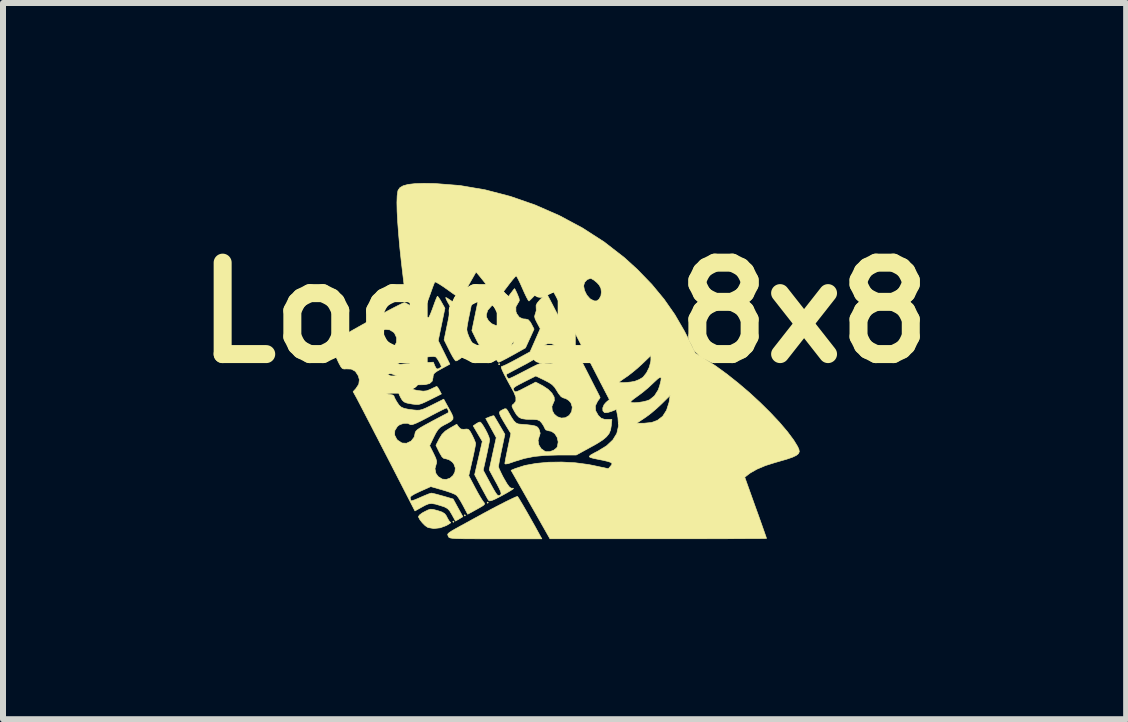
<source format=kicad_pcb>
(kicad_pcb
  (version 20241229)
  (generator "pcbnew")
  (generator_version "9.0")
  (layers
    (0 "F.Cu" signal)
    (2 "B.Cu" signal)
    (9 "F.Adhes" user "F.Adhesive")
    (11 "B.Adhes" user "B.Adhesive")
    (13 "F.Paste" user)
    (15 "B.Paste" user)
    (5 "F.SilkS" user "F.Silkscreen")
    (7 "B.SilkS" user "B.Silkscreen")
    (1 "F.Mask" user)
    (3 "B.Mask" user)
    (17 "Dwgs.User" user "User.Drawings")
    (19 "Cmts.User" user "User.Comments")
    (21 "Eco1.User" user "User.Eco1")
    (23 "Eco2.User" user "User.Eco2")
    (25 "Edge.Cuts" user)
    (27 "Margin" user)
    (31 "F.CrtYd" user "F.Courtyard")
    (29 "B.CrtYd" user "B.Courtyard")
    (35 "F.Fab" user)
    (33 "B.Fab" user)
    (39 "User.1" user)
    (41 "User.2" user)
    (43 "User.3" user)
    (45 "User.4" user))
  (footprint "Logo1 8x8"
    (layer "F.Cu")
    (at 6.357 2.161)
    (property "Reference" "Logo1 8x8" (at 0 0 0) (layer "F.SilkS") (effects (font (size 1.524 1.524) (thickness 0.3))))
    (attr through_hole)
    (fp_poly (pts (xy -1.841 3.482) (xy -1.852 3.493) (xy -1.863 3.482) (xy -1.852 3.471) (xy -1.841 3.482)) (stroke (width 0.01) (type solid)) (fill yes) (layer "F.SilkS"))
    (fp_poly (pts (xy -1.651 3.376) (xy -1.662 3.387) (xy -1.672 3.376) (xy -1.662 3.365) (xy -1.651 3.376)) (stroke (width 0.01) (type solid)) (fill yes) (layer "F.SilkS"))
    (fp_poly (pts (xy -1.27 3.164) (xy -1.281 3.175) (xy -1.291 3.164) (xy -1.281 3.154) (xy -1.27 3.164)) (stroke (width 0.01) (type solid)) (fill yes) (layer "F.SilkS"))
    (fp_poly (pts (xy -1.079 0.857) (xy -1.09 0.868) (xy -1.101 0.857) (xy -1.09 0.847) (xy -1.079 0.857)) (stroke (width 0.01) (type solid)) (fill yes) (layer "F.SilkS"))
    (fp_poly (pts (xy -2.187 3.278) (xy -2.123 3.295) (xy -2.111 3.298) (xy -2.04 3.322) (xy -1.997 3.349) (xy -1.968 3.387) (xy -1.956 3.413) (xy -1.928 3.463) (xy -1.903 3.491) (xy -1.896 3.493) (xy -1.9 3.503) (xy -1.933 3.525) (xy -1.968 3.545) (xy -2.071 3.584) (xy -2.178 3.596) (xy -2.272 3.58) (xy -2.277 3.578) (xy -2.321 3.549) (xy -2.369 3.501) (xy -2.41 3.449) (xy -2.433 3.405) (xy -2.434 3.396) (xy -2.417 3.371) (xy -2.372 3.337) (xy -2.332 3.315) (xy -2.273 3.286) (xy -2.231 3.274) (xy -2.187 3.278)) (stroke (width 0.01) (type solid)) (fill yes) (layer "F.SilkS"))
    (fp_poly (pts (xy -1.955 -0.243) (xy -1.909 -0.213) (xy -1.87 -0.186) (xy -1.814 -0.142) (xy -1.788 -0.108) (xy -1.784 -0.074) (xy -1.785 -0.064) (xy -1.794 -0.02) (xy -1.808 0.053) (xy -1.825 0.143) (xy -1.834 0.188) (xy -1.872 0.386) (xy -1.694 0.73) (xy -1.741 0.767) (xy -1.783 0.794) (xy -1.81 0.804) (xy -1.829 0.786) (xy -1.86 0.739) (xy -1.898 0.67) (xy -1.919 0.628) (xy -2.007 0.452) (xy -1.951 0.183) (xy -1.895 -0.087) (xy -1.943 -0.17) (xy -1.969 -0.22) (xy -1.98 -0.25) (xy -1.978 -0.254) (xy -1.955 -0.243)) (stroke (width 0.01) (type solid)) (fill yes) (layer "F.SilkS"))
    (fp_poly (pts (xy -1.537 -0.259) (xy -1.537 -0.232) (xy -1.546 -0.173) (xy -1.56 -0.092) (xy -1.577 -0.009) (xy -1.598 0.091) (xy -1.615 0.181) (xy -1.626 0.25) (xy -1.629 0.282) (xy -1.619 0.331) (xy -1.593 0.4) (xy -1.556 0.475) (xy -1.519 0.542) (xy -1.493 0.593) (xy -1.482 0.62) (xy -1.482 0.621) (xy -1.498 0.638) (xy -1.539 0.664) (xy -1.545 0.667) (xy -1.608 0.699) (xy -1.693 0.53) (xy -1.778 0.361) (xy -1.733 0.154) (xy -1.703 0.036) (xy -1.669 -0.071) (xy -1.634 -0.16) (xy -1.599 -0.225) (xy -1.568 -0.263) (xy -1.544 -0.266) (xy -1.537 -0.259)) (stroke (width 0.01) (type solid)) (fill yes) (layer "F.SilkS"))
    (fp_poly (pts (xy -0.783 3.062) (xy -0.764 3.089) (xy -0.729 3.147) (xy -0.68 3.23) (xy -0.621 3.332) (xy -0.556 3.447) (xy -0.487 3.569) (xy -0.468 3.604) (xy -0.378 3.768) (xy -1.151 3.768) (xy -1.352 3.768) (xy -1.515 3.767) (xy -1.643 3.767) (xy -1.742 3.765) (xy -1.815 3.763) (xy -1.866 3.759) (xy -1.9 3.754) (xy -1.92 3.747) (xy -1.93 3.739) (xy -1.936 3.728) (xy -1.938 3.723) (xy -1.943 3.71) (xy -1.947 3.699) (xy -1.945 3.688) (xy -1.935 3.675) (xy -1.913 3.658) (xy -1.875 3.633) (xy -1.817 3.6) (xy -1.736 3.555) (xy -1.628 3.496) (xy -1.49 3.42) (xy -1.347 3.342) (xy -1.208 3.267) (xy -1.081 3.201) (xy -0.97 3.144) (xy -0.881 3.101) (xy -0.818 3.072) (xy -0.786 3.061) (xy -0.783 3.062)) (stroke (width 0.01) (type solid)) (fill yes) (layer "F.SilkS"))
    (fp_poly (pts (xy -1.442 -0.443) (xy -1.413 -0.42) (xy -1.37 -0.373) (xy -1.313 -0.305) (xy -1.253 -0.23) (xy -1.216 -0.181) (xy -1.2 -0.151) (xy -1.2 -0.131) (xy -1.215 -0.114) (xy -1.222 -0.108) (xy -1.28 -0.042) (xy -1.303 0.032) (xy -1.3 0.074) (xy -1.268 0.133) (xy -1.214 0.183) (xy -1.153 0.21) (xy -1.135 0.212) (xy -1.101 0.224) (xy -1.065 0.266) (xy -1.027 0.332) (xy -0.993 0.396) (xy -0.967 0.445) (xy -0.957 0.467) (xy -0.971 0.483) (xy -1.011 0.511) (xy -1.066 0.545) (xy -1.125 0.578) (xy -1.175 0.603) (xy -1.207 0.614) (xy -1.208 0.614) (xy -1.232 0.599) (xy -1.25 0.58) (xy -1.292 0.557) (xy -1.343 0.559) (xy -1.378 0.564) (xy -1.404 0.555) (xy -1.428 0.527) (xy -1.458 0.472) (xy -1.477 0.435) (xy -1.544 0.298) (xy -1.43 -0.25) (xy -1.471 -0.326) (xy -1.496 -0.376) (xy -1.499 -0.407) (xy -1.483 -0.431) (xy -1.48 -0.435) (xy -1.462 -0.447) (xy -1.442 -0.443)) (stroke (width 0.01) (type solid)) (fill yes) (layer "F.SilkS"))
    (fp_poly (pts (xy -0.822 -0.385) (xy -0.8 -0.34) (xy -0.784 -0.304) (xy -0.759 -0.242) (xy -0.753 -0.205) (xy -0.764 -0.178) (xy -0.77 -0.171) (xy -0.811 -0.098) (xy -0.81 -0.019) (xy -0.796 0.018) (xy -0.753 0.076) (xy -0.694 0.102) (xy -0.644 0.106) (xy -0.603 0.118) (xy -0.567 0.16) (xy -0.551 0.19) (xy -0.508 0.273) (xy -0.579 0.429) (xy -0.651 0.586) (xy -0.865 0.706) (xy -0.951 0.753) (xy -1.024 0.791) (xy -1.076 0.817) (xy -1.097 0.826) (xy -1.118 0.808) (xy -1.14 0.772) (xy -1.158 0.73) (xy -1.164 0.71) (xy -1.147 0.697) (xy -1.101 0.669) (xy -1.035 0.632) (xy -1.005 0.615) (xy -0.933 0.573) (xy -0.878 0.535) (xy -0.849 0.509) (xy -0.847 0.503) (xy -0.856 0.474) (xy -0.881 0.417) (xy -0.916 0.345) (xy -0.93 0.318) (xy -0.97 0.239) (xy -0.991 0.187) (xy -0.997 0.154) (xy -0.99 0.129) (xy -0.983 0.118) (xy -0.955 0.048) (xy -0.968 -0.026) (xy -0.996 -0.071) (xy -1.04 -0.127) (xy -0.939 -0.265) (xy -0.892 -0.328) (xy -0.855 -0.377) (xy -0.835 -0.401) (xy -0.833 -0.402) (xy -0.822 -0.385)) (stroke (width 0.01) (type solid)) (fill yes) (layer "F.SilkS"))
    (fp_poly (pts (xy -1.177 1.717) (xy -1.164 1.738) (xy -1.135 1.786) (xy -1.096 1.852) (xy -1.082 1.876) (xy -0.994 2.026) (xy -1.047 2.278) (xy -1.068 2.378) (xy -1.085 2.466) (xy -1.096 2.531) (xy -1.101 2.564) (xy -1.091 2.597) (xy -1.064 2.656) (xy -1.027 2.731) (xy -1.008 2.765) (xy -0.959 2.849) (xy -0.923 2.899) (xy -0.894 2.922) (xy -0.876 2.925) (xy -0.851 2.924) (xy -0.858 2.937) (xy -0.898 2.964) (xy -0.973 3.008) (xy -1.061 3.056) (xy -1.15 3.102) (xy -1.21 3.128) (xy -1.246 3.136) (xy -1.264 3.128) (xy -1.283 3.099) (xy -1.315 3.041) (xy -1.357 2.964) (xy -1.392 2.9) (xy -1.498 2.699) (xy -1.434 2.422) (xy -1.37 2.144) (xy -1.446 2.015) (xy -1.522 1.885) (xy -1.476 1.853) (xy -1.434 1.828) (xy -1.408 1.821) (xy -1.387 1.838) (xy -1.355 1.884) (xy -1.319 1.945) (xy -1.285 2.011) (xy -1.26 2.07) (xy -1.249 2.111) (xy -1.249 2.112) (xy -1.253 2.149) (xy -1.266 2.216) (xy -1.284 2.305) (xy -1.302 2.389) (xy -1.355 2.624) (xy -1.236 2.845) (xy -1.184 2.939) (xy -1.148 3) (xy -1.122 3.035) (xy -1.102 3.048) (xy -1.084 3.045) (xy -1.077 3.042) (xy -1.062 3.029) (xy -1.057 3.01) (xy -1.065 2.978) (xy -1.089 2.926) (xy -1.13 2.847) (xy -1.147 2.817) (xy -1.255 2.617) (xy -1.197 2.349) (xy -1.138 2.081) (xy -1.226 1.921) (xy -1.313 1.762) (xy -1.249 1.736) (xy -1.203 1.72) (xy -1.178 1.716) (xy -1.177 1.717)) (stroke (width 0.01) (type solid)) (fill yes) (layer "F.SilkS"))
    (fp_poly (pts (xy -0.276 -0.277) (xy -0.245 -0.219) (xy -0.2 -0.133) (xy -0.144 -0.024) (xy -0.078 0.103) (xy -0.005 0.245) (xy 0.073 0.395) (xy 0.153 0.55) (xy 0.233 0.706) (xy 0.31 0.856) (xy 0.383 0.998) (xy 0.448 1.126) (xy 0.504 1.236) (xy 0.549 1.323) (xy 0.579 1.383) (xy 0.592 1.41) (xy 0.593 1.412) (xy 0.581 1.434) (xy 0.552 1.473) (xy 0.55 1.476) (xy 0.513 1.553) (xy 0.518 1.633) (xy 0.563 1.713) (xy 0.611 1.758) (xy 0.665 1.776) (xy 0.703 1.778) (xy 0.789 1.778) (xy 0.779 1.881) (xy 0.767 1.953) (xy 0.742 2.013) (xy 0.699 2.067) (xy 0.633 2.122) (xy 0.537 2.183) (xy 0.438 2.238) (xy 0.195 2.371) (xy -0.104 2.371) (xy -0.32 2.377) (xy -0.506 2.395) (xy -0.674 2.429) (xy -0.836 2.479) (xy -0.861 2.488) (xy -0.941 2.515) (xy -0.985 2.521) (xy -0.995 2.513) (xy -0.99 2.483) (xy -0.979 2.421) (xy -0.962 2.336) (xy -0.944 2.25) (xy -0.894 2.013) (xy -0.966 1.895) (xy -1.024 1.798) (xy -1.062 1.731) (xy -1.081 1.687) (xy -1.085 1.659) (xy -1.073 1.64) (xy -1.048 1.625) (xy -1.037 1.619) (xy -0.993 1.599) (xy -0.968 1.604) (xy -0.944 1.639) (xy -0.936 1.653) (xy -0.884 1.743) (xy -0.844 1.802) (xy -0.809 1.836) (xy -0.772 1.853) (xy -0.74 1.857) (xy -0.624 1.866) (xy -0.542 1.876) (xy -0.489 1.887) (xy -0.455 1.903) (xy -0.435 1.925) (xy -0.422 1.951) (xy -0.406 2.007) (xy -0.416 2.049) (xy -0.42 2.055) (xy -0.441 2.126) (xy -0.43 2.2) (xy -0.39 2.266) (xy -0.327 2.309) (xy -0.307 2.316) (xy -0.247 2.315) (xy -0.182 2.292) (xy -0.133 2.254) (xy -0.119 2.232) (xy -0.106 2.153) (xy -0.123 2.077) (xy -0.163 2.014) (xy -0.222 1.975) (xy -0.262 1.968) (xy -0.311 1.953) (xy -0.328 1.928) (xy -0.35 1.882) (xy -0.383 1.833) (xy -0.416 1.799) (xy -0.457 1.783) (xy -0.521 1.778) (xy -0.539 1.778) (xy -0.641 1.775) (xy -0.712 1.765) (xy -0.761 1.741) (xy -0.799 1.701) (xy -0.831 1.65) (xy -0.863 1.59) (xy -0.876 1.556) (xy -0.87 1.537) (xy -0.848 1.52) (xy -0.847 1.519) (xy -0.811 1.475) (xy -0.811 1.409) (xy -0.846 1.32) (xy -0.854 1.306) (xy -0.874 1.27) (xy -0.853 1.27) (xy -0.847 1.291) (xy -0.846 1.292) (xy -0.834 1.311) (xy -0.817 1.318) (xy -0.787 1.311) (xy -0.737 1.289) (xy -0.658 1.248) (xy -0.652 1.245) (xy -0.481 1.156) (xy -0.362 1.218) (xy -0.274 1.276) (xy -0.21 1.341) (xy -0.173 1.406) (xy -0.17 1.465) (xy -0.181 1.49) (xy -0.211 1.561) (xy -0.205 1.629) (xy -0.172 1.689) (xy -0.12 1.733) (xy -0.056 1.755) (xy 0.013 1.75) (xy 0.078 1.711) (xy 0.119 1.647) (xy 0.129 1.572) (xy 0.106 1.501) (xy 0.071 1.462) (xy 0.021 1.431) (xy -0.022 1.418) (xy -0.022 1.418) (xy -0.057 1.399) (xy -0.1 1.346) (xy -0.124 1.306) (xy -0.164 1.243) (xy -0.207 1.198) (xy -0.265 1.16) (xy -0.334 1.124) (xy -0.479 1.054) (xy -0.674 1.152) (xy -0.761 1.197) (xy -0.816 1.228) (xy -0.845 1.251) (xy -0.853 1.27) (xy -0.874 1.27) (xy -0.936 1.158) (xy -0.997 1.042) (xy -1.005 1.027) (xy -0.969 1.027) (xy -0.969 1.048) (xy -0.953 1.08) (xy -0.933 1.1) (xy -0.929 1.101) (xy -0.905 1.091) (xy -0.85 1.066) (xy -0.773 1.027) (xy -0.68 0.979) (xy -0.647 0.962) (xy -0.541 0.907) (xy -0.464 0.869) (xy -0.41 0.847) (xy -0.37 0.837) (xy -0.338 0.837) (xy -0.311 0.843) (xy -0.227 0.849) (xy -0.156 0.825) (xy -0.106 0.777) (xy -0.08 0.714) (xy -0.083 0.644) (xy -0.12 0.576) (xy -0.14 0.556) (xy -0.209 0.518) (xy -0.28 0.515) (xy -0.346 0.544) (xy -0.397 0.598) (xy -0.422 0.674) (xy -0.423 0.698) (xy -0.435 0.721) (xy -0.471 0.752) (xy -0.536 0.793) (xy -0.634 0.849) (xy -0.693 0.88) (xy -0.79 0.931) (xy -0.871 0.974) (xy -0.932 1.007) (xy -0.965 1.024) (xy -0.969 1.027) (xy -1.005 1.027) (xy -1.037 0.96) (xy -1.055 0.911) (xy -1.052 0.897) (xy -1.025 0.888) (xy -0.968 0.863) (xy -0.892 0.824) (xy -0.802 0.776) (xy -0.8 0.775) (xy -0.574 0.651) (xy -0.489 0.458) (xy -0.405 0.266) (xy -0.458 0.167) (xy -0.489 0.105) (xy -0.499 0.063) (xy -0.491 0.029) (xy -0.487 0.021) (xy -0.471 -0.036) (xy -0.473 -0.084) (xy -0.474 -0.123) (xy -0.456 -0.161) (xy -0.414 -0.211) (xy -0.393 -0.232) (xy -0.343 -0.276) (xy -0.306 -0.302) (xy -0.29 -0.304) (xy -0.276 -0.277)) (stroke (width 0.01) (type solid)) (fill yes) (layer "F.SilkS"))
    (fp_poly (pts (xy -2.16 -2.153) (xy -1.743 -2.12) (xy -1.322 -2.048) (xy -0.903 -1.939) (xy -0.489 -1.795) (xy -0.087 -1.619) (xy 0.298 -1.413) (xy 0.661 -1.179) (xy 0.996 -0.919) (xy 1.214 -0.721) (xy 1.454 -0.473) (xy 1.659 -0.225) (xy 1.838 0.031) (xy 1.998 0.307) (xy 2.065 0.438) (xy 2.181 0.675) (xy 2.344 0.773) (xy 2.519 0.887) (xy 2.703 1.021) (xy 2.891 1.17) (xy 3.079 1.33) (xy 3.259 1.496) (xy 3.429 1.664) (xy 3.582 1.827) (xy 3.714 1.982) (xy 3.819 2.123) (xy 3.884 2.229) (xy 3.905 2.276) (xy 3.912 2.315) (xy 3.898 2.348) (xy 3.861 2.378) (xy 3.797 2.408) (xy 3.701 2.441) (xy 3.569 2.479) (xy 3.507 2.497) (xy 3.348 2.547) (xy 3.208 2.606) (xy 3.097 2.669) (xy 3.063 2.694) (xy 3.003 2.741) (xy 3.184 3.247) (xy 3.234 3.385) (xy 3.278 3.509) (xy 3.315 3.614) (xy 3.343 3.694) (xy 3.361 3.745) (xy 3.365 3.761) (xy 3.345 3.762) (xy 3.285 3.763) (xy 3.189 3.764) (xy 3.06 3.764) (xy 2.9 3.765) (xy 2.714 3.766) (xy 2.504 3.766) (xy 2.273 3.767) (xy 2.024 3.767) (xy 1.76 3.767) (xy 1.561 3.767) (xy -0.243 3.767) (xy -0.497 3.319) (xy -0.573 3.186) (xy -0.645 3.058) (xy -0.711 2.942) (xy -0.766 2.845) (xy -0.806 2.774) (xy -0.821 2.748) (xy -0.891 2.626) (xy -0.818 2.595) (xy -0.662 2.545) (xy -0.475 2.511) (xy -0.267 2.491) (xy -0.046 2.488) (xy 0.178 2.5) (xy 0.397 2.529) (xy 0.487 2.547) (xy 0.73 2.599) (xy 0.768 2.555) (xy 0.788 2.529) (xy 0.79 2.51) (xy 0.77 2.494) (xy 0.722 2.478) (xy 0.642 2.459) (xy 0.565 2.444) (xy 0.475 2.425) (xy 0.424 2.41) (xy 0.412 2.393) (xy 0.437 2.37) (xy 0.501 2.334) (xy 0.556 2.306) (xy 0.701 2.217) (xy 0.805 2.119) (xy 0.871 2.011) (xy 0.899 1.889) (xy 0.896 1.841) (xy 1.202 1.841) (xy 1.327 1.841) (xy 1.449 1.829) (xy 1.546 1.794) (xy 1.635 1.726) (xy 1.7 1.624) (xy 1.742 1.492) (xy 1.746 1.466) (xy 1.76 1.377) (xy 1.616 1.52) (xy 1.533 1.597) (xy 1.441 1.675) (xy 1.356 1.739) (xy 1.336 1.752) (xy 1.202 1.841) (xy 0.896 1.841) (xy 0.89 1.752) (xy 0.888 1.738) (xy 0.863 1.611) (xy 0.781 1.644) (xy 0.722 1.662) (xy 0.675 1.666) (xy 0.667 1.665) (xy 0.639 1.635) (xy 0.637 1.586) (xy 0.659 1.532) (xy 0.691 1.495) (xy 0.699 1.488) (xy 1.101 1.488) (xy 1.119 1.498) (xy 1.167 1.5) (xy 1.233 1.495) (xy 1.305 1.484) (xy 1.371 1.468) (xy 1.417 1.451) (xy 1.498 1.386) (xy 1.56 1.288) (xy 1.585 1.217) (xy 1.606 1.133) (xy 1.61 1.086) (xy 1.595 1.074) (xy 1.558 1.097) (xy 1.497 1.153) (xy 1.476 1.173) (xy 1.397 1.247) (xy 1.31 1.32) (xy 1.232 1.379) (xy 1.222 1.386) (xy 1.162 1.429) (xy 1.118 1.465) (xy 1.101 1.487) (xy 1.101 1.488) (xy 0.699 1.488) (xy 0.747 1.447) (xy 0.597 1.157) (xy 0.91 1.157) (xy 0.929 1.163) (xy 0.977 1.165) (xy 1.041 1.161) (xy 1.109 1.154) (xy 1.167 1.143) (xy 1.175 1.141) (xy 1.243 1.114) (xy 1.302 1.079) (xy 1.31 1.072) (xy 1.367 1) (xy 1.413 0.906) (xy 1.437 0.811) (xy 1.439 0.785) (xy 1.439 0.713) (xy 1.296 0.85) (xy 1.215 0.924) (xy 1.127 0.997) (xy 1.049 1.057) (xy 1.032 1.068) (xy 0.971 1.11) (xy 0.928 1.141) (xy 0.91 1.156) (xy 0.91 1.157) (xy 0.597 1.157) (xy 0.36 0.697) (xy 0.269 0.521) (xy 0.18 0.347) (xy 0.094 0.181) (xy 0.015 0.029) (xy -0.054 -0.103) (xy -0.11 -0.21) (xy -0.149 -0.286) (xy -0.152 -0.29) (xy -0.236 -0.45) (xy 0.318 -0.45) (xy 0.332 -0.373) (xy 0.37 -0.296) (xy 0.421 -0.237) (xy 0.442 -0.222) (xy 0.496 -0.197) (xy 0.533 -0.196) (xy 0.569 -0.22) (xy 0.575 -0.226) (xy 0.606 -0.281) (xy 0.614 -0.344) (xy 0.606 -0.407) (xy 0.578 -0.46) (xy 0.542 -0.5) (xy 0.492 -0.542) (xy 0.447 -0.568) (xy 0.432 -0.572) (xy 0.378 -0.553) (xy 0.335 -0.507) (xy 0.318 -0.45) (xy -0.236 -0.45) (xy -0.277 -0.527) (xy -0.427 -0.364) (xy -0.491 -0.296) (xy -0.544 -0.241) (xy -0.581 -0.205) (xy -0.593 -0.195) (xy -0.607 -0.211) (xy -0.633 -0.258) (xy -0.667 -0.329) (xy -0.699 -0.401) (xy -0.737 -0.487) (xy -0.771 -0.557) (xy -0.795 -0.601) (xy -0.806 -0.614) (xy -0.824 -0.598) (xy -0.861 -0.555) (xy -0.912 -0.491) (xy -0.955 -0.434) (xy -1.012 -0.36) (xy -1.061 -0.301) (xy -1.096 -0.264) (xy -1.11 -0.255) (xy -1.131 -0.271) (xy -1.172 -0.314) (xy -1.228 -0.378) (xy -1.292 -0.457) (xy -1.301 -0.467) (xy -1.364 -0.546) (xy -1.417 -0.612) (xy -1.455 -0.657) (xy -1.473 -0.677) (xy -1.473 -0.677) (xy -1.485 -0.66) (xy -1.512 -0.613) (xy -1.552 -0.543) (xy -1.599 -0.46) (xy -1.646 -0.375) (xy -1.687 -0.304) (xy -1.715 -0.255) (xy -1.726 -0.236) (xy -1.745 -0.244) (xy -1.791 -0.274) (xy -1.858 -0.319) (xy -1.937 -0.376) (xy -1.94 -0.378) (xy -2.021 -0.435) (xy -2.089 -0.479) (xy -2.138 -0.507) (xy -2.16 -0.513) (xy -2.16 -0.513) (xy -2.173 -0.488) (xy -2.195 -0.431) (xy -2.223 -0.353) (xy -2.245 -0.291) (xy -2.276 -0.206) (xy -2.302 -0.138) (xy -2.321 -0.095) (xy -2.328 -0.086) (xy -2.348 -0.098) (xy -2.394 -0.131) (xy -2.458 -0.178) (xy -2.498 -0.207) (xy -2.656 -0.328) (xy -2.682 -0.529) (xy -2.715 -0.807) (xy -2.743 -1.064) (xy -2.764 -1.299) (xy -2.78 -1.508) (xy -2.79 -1.688) (xy -2.793 -1.836) (xy -2.789 -1.949) (xy -2.778 -2.025) (xy -2.774 -2.04) (xy -2.744 -2.083) (xy -2.69 -2.115) (xy -2.607 -2.138) (xy -2.492 -2.151) (xy -2.343 -2.156) (xy -2.16 -2.153)) (stroke (width 0.01) (type solid)) (fill yes) (layer "F.SilkS"))
    (fp_poly (pts (xy -2.101 -0.258) (xy -2.073 -0.215) (xy -2.05 -0.175) (xy -1.993 -0.074) (xy -2.049 0.196) (xy -2.105 0.465) (xy -2.008 0.661) (xy -1.911 0.857) (xy -2.051 0.933) (xy -2.123 0.974) (xy -2.165 1.004) (xy -2.185 1.032) (xy -2.191 1.066) (xy -2.191 1.078) (xy -2.205 1.14) (xy -2.249 1.18) (xy -2.326 1.199) (xy -2.424 1.201) (xy -2.494 1.2) (xy -2.533 1.204) (xy -2.548 1.218) (xy -2.551 1.238) (xy -2.544 1.264) (xy -2.516 1.281) (xy -2.46 1.294) (xy -2.432 1.298) (xy -2.355 1.307) (xy -2.298 1.301) (xy -2.241 1.279) (xy -2.226 1.272) (xy -2.172 1.246) (xy -2.136 1.23) (xy -2.129 1.228) (xy -2.113 1.244) (xy -2.088 1.285) (xy -2.085 1.291) (xy -2.052 1.354) (xy -2.238 1.447) (xy -2.324 1.489) (xy -2.384 1.515) (xy -2.43 1.528) (xy -2.475 1.529) (xy -2.529 1.523) (xy -2.553 1.519) (xy -2.627 1.505) (xy -2.672 1.487) (xy -2.703 1.459) (xy -2.728 1.418) (xy -2.755 1.364) (xy -2.761 1.324) (xy -2.747 1.278) (xy -2.743 1.267) (xy -2.728 1.184) (xy -2.749 1.109) (xy -2.801 1.051) (xy -2.876 1.019) (xy -2.913 1.016) (xy -2.956 1.033) (xy -3.004 1.075) (xy -3.045 1.129) (xy -3.068 1.181) (xy -3.069 1.193) (xy -3.051 1.26) (xy -3.003 1.319) (xy -2.941 1.357) (xy -2.907 1.363) (xy -2.863 1.371) (xy -2.843 1.386) (xy -2.843 1.387) (xy -2.833 1.416) (xy -2.806 1.466) (xy -2.788 1.495) (xy -2.756 1.542) (xy -2.721 1.573) (xy -2.675 1.593) (xy -2.607 1.608) (xy -2.517 1.62) (xy -2.461 1.625) (xy -2.414 1.623) (xy -2.366 1.611) (xy -2.304 1.585) (xy -2.218 1.543) (xy -2.206 1.537) (xy -2.013 1.44) (xy -1.924 1.602) (xy -1.88 1.683) (xy -1.858 1.737) (xy -1.86 1.775) (xy -1.892 1.808) (xy -1.954 1.844) (xy -2.011 1.873) (xy -2.065 1.905) (xy -2.106 1.945) (xy -2.144 2.003) (xy -2.177 2.068) (xy -2.248 2.215) (xy -2.182 2.346) (xy -2.146 2.423) (xy -2.131 2.474) (xy -2.133 2.509) (xy -2.137 2.518) (xy -2.159 2.598) (xy -2.144 2.676) (xy -2.106 2.73) (xy -2.039 2.772) (xy -1.971 2.778) (xy -1.908 2.756) (xy -1.858 2.712) (xy -1.827 2.654) (xy -1.82 2.587) (xy -1.845 2.519) (xy -1.872 2.486) (xy -1.924 2.45) (xy -1.976 2.434) (xy -1.978 2.434) (xy -2.013 2.427) (xy -2.043 2.4) (xy -2.076 2.344) (xy -2.088 2.322) (xy -2.143 2.209) (xy -2.088 2.101) (xy -2.043 2.028) (xy -1.988 1.973) (xy -1.915 1.926) (xy -1.796 1.858) (xy -1.763 1.905) (xy -1.728 1.938) (xy -1.679 1.943) (xy -1.663 1.941) (xy -1.624 1.938) (xy -1.596 1.949) (xy -1.57 1.983) (xy -1.539 2.04) (xy -1.508 2.105) (xy -1.487 2.158) (xy -1.481 2.181) (xy -1.486 2.213) (xy -1.498 2.276) (xy -1.516 2.363) (xy -1.538 2.463) (xy -1.539 2.464) (xy -1.596 2.716) (xy -1.491 2.915) (xy -1.444 3.002) (xy -1.4 3.078) (xy -1.365 3.133) (xy -1.35 3.153) (xy -1.334 3.174) (xy -1.334 3.192) (xy -1.356 3.213) (xy -1.406 3.243) (xy -1.464 3.276) (xy -1.614 3.358) (xy -1.687 3.219) (xy -1.728 3.145) (xy -1.767 3.084) (xy -1.795 3.046) (xy -1.796 3.045) (xy -1.831 3.024) (xy -1.896 2.997) (xy -1.98 2.969) (xy -2.03 2.954) (xy -2.229 2.897) (xy -2.406 2.976) (xy -2.498 3.02) (xy -2.553 3.053) (xy -2.573 3.078) (xy -2.573 3.085) (xy -2.562 3.123) (xy -2.561 3.133) (xy -2.544 3.133) (xy -2.497 3.118) (xy -2.43 3.09) (xy -2.404 3.078) (xy -2.327 3.045) (xy -2.263 3.019) (xy -2.224 3.007) (xy -2.219 3.006) (xy -2.186 3.012) (xy -2.125 3.027) (xy -2.047 3.049) (xy -2.024 3.055) (xy -1.856 3.104) (xy -1.775 3.252) (xy -1.694 3.399) (xy -1.817 3.472) (xy -1.877 3.363) (xy -1.914 3.301) (xy -1.95 3.263) (xy -1.998 3.237) (xy -2.064 3.215) (xy -2.151 3.189) (xy -2.214 3.179) (xy -2.266 3.185) (xy -2.322 3.208) (xy -2.379 3.239) (xy -2.493 3.303) (xy -2.953 2.408) (xy -3.048 2.225) (xy -3.138 2.049) (xy -3.145 2.037) (xy -2.832 2.037) (xy -2.795 2.109) (xy -2.781 2.124) (xy -2.709 2.171) (xy -2.633 2.175) (xy -2.557 2.139) (xy -2.555 2.137) (xy -2.506 2.074) (xy -2.494 2.026) (xy -2.489 1.998) (xy -2.476 1.973) (xy -2.45 1.948) (xy -2.404 1.917) (xy -2.333 1.876) (xy -2.231 1.821) (xy -2.223 1.816) (xy -2.126 1.765) (xy -2.043 1.721) (xy -1.98 1.688) (xy -1.945 1.67) (xy -1.941 1.668) (xy -1.933 1.647) (xy -1.943 1.613) (xy -1.962 1.589) (xy -1.969 1.587) (xy -1.993 1.597) (xy -2.047 1.623) (xy -2.124 1.662) (xy -2.218 1.711) (xy -2.266 1.737) (xy -2.387 1.8) (xy -2.476 1.842) (xy -2.534 1.864) (xy -2.564 1.866) (xy -2.568 1.864) (xy -2.616 1.842) (xy -2.682 1.844) (xy -2.747 1.866) (xy -2.784 1.893) (xy -2.828 1.963) (xy -2.832 2.037) (xy -3.145 2.037) (xy -3.222 1.887) (xy -3.298 1.741) (xy -3.362 1.617) (xy -3.414 1.517) (xy -3.45 1.448) (xy -3.468 1.414) (xy -3.523 1.315) (xy -3.478 1.266) (xy -3.429 1.192) (xy -3.419 1.116) (xy -3.437 1.051) (xy -3.485 0.977) (xy -3.554 0.939) (xy -3.634 0.936) (xy -3.675 0.938) (xy -3.703 0.929) (xy -3.728 0.899) (xy -3.76 0.84) (xy -3.769 0.822) (xy -3.802 0.749) (xy -3.824 0.683) (xy -3.831 0.646) (xy -3.813 0.552) (xy -3.765 0.46) (xy -3.756 0.45) (xy -3.133 0.45) (xy -3.114 0.526) (xy -3.064 0.586) (xy -2.993 0.618) (xy -2.964 0.621) (xy -2.919 0.628) (xy -2.899 0.644) (xy -2.899 0.644) (xy -2.889 0.673) (xy -2.861 0.725) (xy -2.836 0.768) (xy -2.794 0.827) (xy -2.762 0.855) (xy -2.73 0.86) (xy -2.725 0.859) (xy -2.685 0.854) (xy -2.614 0.848) (xy -2.522 0.842) (xy -2.432 0.837) (xy -2.186 0.824) (xy -2.16 0.888) (xy -2.137 0.93) (xy -2.113 0.938) (xy -2.093 0.93) (xy -2.061 0.909) (xy -2.053 0.898) (xy -2.064 0.866) (xy -2.089 0.818) (xy -2.118 0.77) (xy -2.142 0.739) (xy -2.145 0.737) (xy -2.182 0.729) (xy -2.222 0.731) (xy -2.265 0.735) (xy -2.339 0.741) (xy -2.432 0.747) (xy -2.502 0.751) (xy -2.729 0.763) (xy -2.784 0.677) (xy -2.824 0.624) (xy -2.856 0.604) (xy -2.864 0.606) (xy -2.869 0.603) (xy -2.849 0.576) (xy -2.842 0.568) (xy -2.801 0.496) (xy -2.798 0.417) (xy -2.832 0.343) (xy -2.846 0.327) (xy -2.913 0.285) (xy -2.985 0.278) (xy -3.052 0.302) (xy -3.104 0.353) (xy -3.131 0.425) (xy -3.133 0.45) (xy -3.756 0.45) (xy -3.712 0.401) (xy -3.677 0.377) (xy -3.613 0.338) (xy -3.525 0.287) (xy -3.42 0.228) (xy -3.304 0.163) (xy -3.182 0.096) (xy -3.06 0.03) (xy -2.945 -0.032) (xy -2.842 -0.086) (xy -2.757 -0.129) (xy -2.697 -0.158) (xy -2.667 -0.169) (xy -2.667 -0.169) (xy -2.639 -0.158) (xy -2.586 -0.126) (xy -2.516 -0.08) (xy -2.463 -0.042) (xy -2.387 0.011) (xy -2.324 0.053) (xy -2.282 0.079) (xy -2.269 0.085) (xy -2.255 0.066) (xy -2.232 0.016) (xy -2.204 -0.056) (xy -2.19 -0.095) (xy -2.161 -0.175) (xy -2.137 -0.236) (xy -2.121 -0.271) (xy -2.117 -0.275) (xy -2.101 -0.258)) (stroke (width 0.01) (type solid)) (fill yes) (layer "F.SilkS")))
  (gr_rect
    (start -3 -3)
    (end 15.715 8.934)
    (stroke (width 0.1) (type default))
    (fill no)
    (layer "Edge.Cuts")))
</source>
